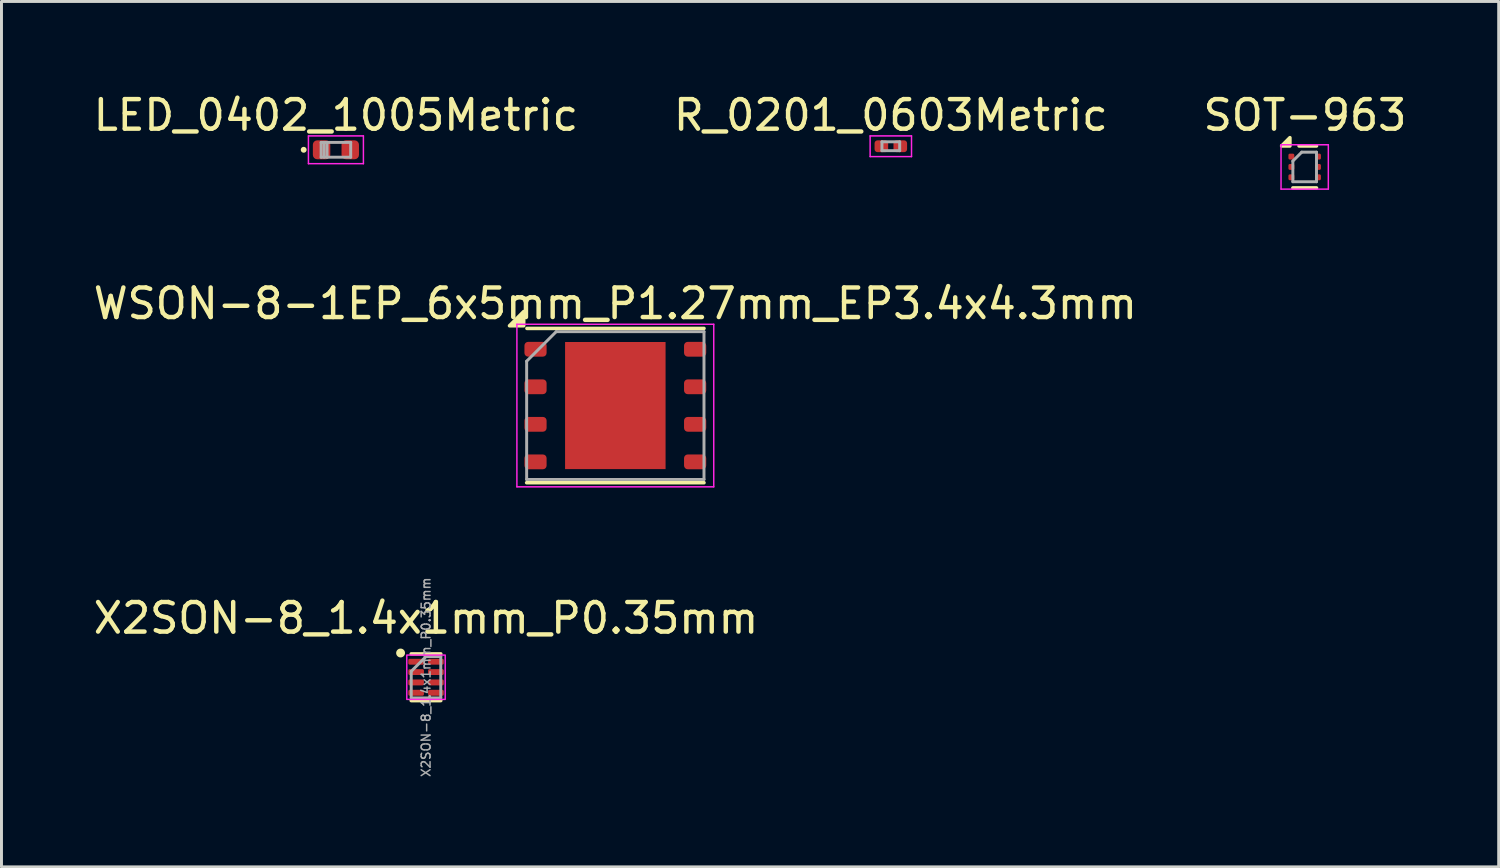
<source format=kicad_pcb>
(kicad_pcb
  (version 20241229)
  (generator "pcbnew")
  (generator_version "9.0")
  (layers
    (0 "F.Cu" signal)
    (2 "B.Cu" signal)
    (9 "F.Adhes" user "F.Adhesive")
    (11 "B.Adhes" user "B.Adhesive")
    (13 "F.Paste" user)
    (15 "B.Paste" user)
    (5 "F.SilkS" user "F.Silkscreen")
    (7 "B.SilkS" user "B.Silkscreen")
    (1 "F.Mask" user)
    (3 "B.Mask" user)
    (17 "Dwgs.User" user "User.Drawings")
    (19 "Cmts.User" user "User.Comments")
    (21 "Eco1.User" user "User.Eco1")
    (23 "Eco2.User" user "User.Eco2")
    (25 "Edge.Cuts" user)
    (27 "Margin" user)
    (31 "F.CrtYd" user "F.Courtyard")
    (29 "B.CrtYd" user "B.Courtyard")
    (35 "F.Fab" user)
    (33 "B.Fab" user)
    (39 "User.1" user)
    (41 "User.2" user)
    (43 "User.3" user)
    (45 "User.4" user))
  (footprint "LED_0402_1005Metric"
    (layer "F.Cu")
    (at 8.315 2.018)
    (property "Reference" "LED_0402_1005Metric" (at 0 -1.17 180) (layer "F.SilkS") (effects (font (size 1 1) (thickness 0.15))))
    (attr smd)
    (fp_circle (center -1.09 0) (end -1.04 0) (stroke (width 0.1) (type solid)) (fill no) (layer "F.SilkS"))
    (fp_line (start -0.93 -0.47) (end 0.93 -0.47) (stroke (width 0.05) (type solid)) (layer "F.CrtYd"))
    (fp_line (start -0.93 0.47) (end -0.93 -0.47) (stroke (width 0.05) (type solid)) (layer "F.CrtYd"))
    (fp_line (start 0.93 -0.47) (end 0.93 0.47) (stroke (width 0.05) (type solid)) (layer "F.CrtYd"))
    (fp_line (start 0.93 0.47) (end -0.93 0.47) (stroke (width 0.05) (type solid)) (layer "F.CrtYd"))
    (fp_line (start -0.5 -0.25) (end 0.5 -0.25) (stroke (width 0.1) (type solid)) (layer "F.Fab"))
    (fp_line (start -0.5 0.25) (end -0.5 -0.25) (stroke (width 0.1) (type solid)) (layer "F.Fab"))
    (fp_line (start -0.4 0.25) (end -0.4 -0.25) (stroke (width 0.1) (type solid)) (layer "F.Fab"))
    (fp_line (start -0.3 0.25) (end -0.3 -0.25) (stroke (width 0.1) (type solid)) (layer "F.Fab"))
    (fp_line (start 0.5 -0.25) (end 0.5 0.25) (stroke (width 0.1) (type solid)) (layer "F.Fab"))
    (fp_line (start 0.5 0.25) (end -0.5 0.25) (stroke (width 0.1) (type solid)) (layer "F.Fab"))
    (pad "1" smd roundrect (at -0.485 0) (size 0.59 0.64) (layers "F.Cu" "F.Mask" "F.Paste") (roundrect_rratio 0.25))
    (pad "2" smd roundrect (at 0.485 0) (size 0.59 0.64) (layers "F.Cu" "F.Mask" "F.Paste") (roundrect_rratio 0.25)))
  (footprint "R_0201_0603Metric"
    (layer "F.Cu")
    (at 27.089 1.898)
    (property "Reference" "R_0201_0603Metric" (at 0 -1.05 0) (layer "F.SilkS") (effects (font (size 1 1) (thickness 0.15))))
    (attr smd)
    (fp_line (start -0.7 -0.35) (end -0.7 0.35) (stroke (width 0.05) (type solid)) (layer "F.CrtYd"))
    (fp_line (start -0.7 0.35) (end 0.7 0.35) (stroke (width 0.05) (type solid)) (layer "F.CrtYd"))
    (fp_line (start 0.7 -0.35) (end -0.7 -0.35) (stroke (width 0.05) (type solid)) (layer "F.CrtYd"))
    (fp_line (start 0.7 0.35) (end 0.7 -0.35) (stroke (width 0.05) (type solid)) (layer "F.CrtYd"))
    (fp_line (start -0.3 -0.15) (end -0.3 0.15) (stroke (width 0.1) (type solid)) (layer "F.Fab"))
    (fp_line (start -0.3 0.15) (end 0.3 0.15) (stroke (width 0.1) (type solid)) (layer "F.Fab"))
    (fp_line (start 0.3 -0.15) (end -0.3 -0.15) (stroke (width 0.1) (type solid)) (layer "F.Fab"))
    (fp_line (start 0.3 0.15) (end 0.3 -0.15) (stroke (width 0.1) (type solid)) (layer "F.Fab"))
    (pad "" smd roundrect (at -0.345 0 180) (size 0.318 0.36) (layers "F.Paste") (roundrect_rratio 0.25))
    (pad "" smd roundrect (at 0.345 0 180) (size 0.318 0.36) (layers "F.Paste") (roundrect_rratio 0.25))
    (pad "1" smd roundrect (at -0.32 0 180) (size 0.46 0.4) (layers "F.Cu" "F.Mask") (roundrect_rratio 0.25))
    (pad "2" smd roundrect (at 0.32 0 180) (size 0.46 0.4) (layers "F.Cu" "F.Mask") (roundrect_rratio 0.25)))
  (footprint "SOT-963"
    (layer "F.Cu")
    (at 41.091 2.598)
    (property "Reference" "SOT-963" (at 0.01 -1.75 0) (layer "F.SilkS") (effects (font (size 1 1) (thickness 0.15))))
    (attr smd)
    (fp_line (start -0.4 0.71) (end 0.4 0.71) (stroke (width 0.12) (type solid)) (layer "F.SilkS"))
    (fp_line (start -0.19 -0.71) (end 0.4 -0.71) (stroke (width 0.12) (type solid)) (layer "F.SilkS"))
    (fp_poly (pts (xy -0.5 -0.71) (xy -0.78 -0.71) (xy -0.5 -0.99) (xy -0.5 -0.71)) (stroke (width 0.12) (type solid)) (fill yes) (layer "F.SilkS"))
    (fp_line (start -0.8 -0.75) (end -0.8 0.75) (stroke (width 0.05) (type solid)) (layer "F.CrtYd"))
    (fp_line (start -0.8 0.75) (end 0.8 0.75) (stroke (width 0.05) (type solid)) (layer "F.CrtYd"))
    (fp_line (start 0.8 -0.75) (end -0.8 -0.75) (stroke (width 0.05) (type solid)) (layer "F.CrtYd"))
    (fp_line (start 0.8 0.75) (end 0.8 -0.75) (stroke (width 0.05) (type solid)) (layer "F.CrtYd"))
    (fp_line (start -0.4 -0.2) (end -0.4 0.5) (stroke (width 0.1) (type solid)) (layer "F.Fab"))
    (fp_line (start -0.4 0.5) (end 0.4 0.5) (stroke (width 0.1) (type solid)) (layer "F.Fab"))
    (fp_line (start -0.1 -0.5) (end -0.4 -0.2) (stroke (width 0.1) (type solid)) (layer "F.Fab"))
    (fp_line (start 0.4 -0.5) (end -0.1 -0.5) (stroke (width 0.1) (type solid)) (layer "F.Fab"))
    (fp_line (start 0.4 0.5) (end 0.4 -0.5) (stroke (width 0.1) (type solid)) (layer "F.Fab"))
    (pad "1" smd roundrect (at -0.45 -0.35 180) (size 0.2 0.2) (layers "F.Cu" "F.Mask" "F.Paste") (roundrect_rratio 0.25))
    (pad "2" smd roundrect (at -0.45 0 180) (size 0.2 0.2) (layers "F.Cu" "F.Mask" "F.Paste") (roundrect_rratio 0.25))
    (pad "3" smd roundrect (at -0.45 0.35 180) (size 0.2 0.2) (layers "F.Cu" "F.Mask" "F.Paste") (roundrect_rratio 0.25))
    (pad "4" smd roundrect (at 0.45 0.35 180) (size 0.2 0.2) (layers "F.Cu" "F.Mask" "F.Paste") (roundrect_rratio 0.25))
    (pad "5" smd roundrect (at 0.45 0 180) (size 0.2 0.2) (layers "F.Cu" "F.Mask" "F.Paste") (roundrect_rratio 0.25))
    (pad "6" smd roundrect (at 0.45 -0.35 180) (size 0.2 0.2) (layers "F.Cu" "F.Mask" "F.Paste") (roundrect_rratio 0.25)))
  (footprint "WSON-8-1EP_6x5mm_P1.27mm_EP3.4x4.3mm"
    (layer "F.Cu")
    (at 17.768 10.671)
    (property "Reference" "WSON-8-1EP_6x5mm_P1.27mm_EP3.4x4.3mm" (at 0 -3.45 0) (layer "F.SilkS") (effects (font (size 1 1) (thickness 0.15))))
    (attr smd)
    (fp_line (start 3 -2.61) (end -2.99 -2.61) (stroke (width 0.12) (type solid)) (layer "F.SilkS"))
    (fp_line (start 3 2.61) (end -3 2.61) (stroke (width 0.12) (type solid)) (layer "F.SilkS"))
    (fp_poly (pts (xy -3.1 -2.7) (xy -3.58 -2.7) (xy -3.1 -3.18) (xy -3.1 -2.7)) (stroke (width 0.12) (type solid)) (fill yes) (layer "F.SilkS"))
    (fp_line (start -3.33 -2.75) (end 3.33 -2.75) (stroke (width 0.05) (type solid)) (layer "F.CrtYd"))
    (fp_line (start -3.33 2.75) (end -3.33 -2.75) (stroke (width 0.05) (type solid)) (layer "F.CrtYd"))
    (fp_line (start 3.33 -2.75) (end 3.33 2.75) (stroke (width 0.05) (type solid)) (layer "F.CrtYd"))
    (fp_line (start 3.33 2.75) (end -3.33 2.75) (stroke (width 0.05) (type solid)) (layer "F.CrtYd"))
    (fp_line (start -3 -1.5) (end -3 2.5) (stroke (width 0.1) (type solid)) (layer "F.Fab"))
    (fp_line (start -3 2.5) (end 3 2.5) (stroke (width 0.1) (type solid)) (layer "F.Fab"))
    (fp_line (start -2 -2.5) (end -3 -1.5) (stroke (width 0.1) (type solid)) (layer "F.Fab"))
    (fp_line (start 3 -2.5) (end -2 -2.5) (stroke (width 0.1) (type solid)) (layer "F.Fab"))
    (fp_line (start 3 2.5) (end 3 -2.5) (stroke (width 0.1) (type solid)) (layer "F.Fab"))
    (pad "" smd roundrect (at -0.85 -1.075 180) (size 1.37 1.73) (layers "F.Paste") (roundrect_rratio 0.182))
    (pad "" smd roundrect (at -0.85 1.075 180) (size 1.37 1.73) (layers "F.Paste") (roundrect_rratio 0.182))
    (pad "" smd roundrect (at 0.85 -1.075 180) (size 1.37 1.73) (layers "F.Paste") (roundrect_rratio 0.182))
    (pad "" smd roundrect (at 0.85 1.075 180) (size 1.37 1.73) (layers "F.Paste") (roundrect_rratio 0.182))
    (pad "1" smd roundrect (at -2.7 -1.905 180) (size 0.75 0.5) (layers "F.Cu" "F.Mask" "F.Paste") (roundrect_rratio 0.25))
    (pad "2" smd roundrect (at -2.7 -0.635 180) (size 0.75 0.5) (layers "F.Cu" "F.Mask" "F.Paste") (roundrect_rratio 0.25))
    (pad "3" smd roundrect (at -2.7 0.635 180) (size 0.75 0.5) (layers "F.Cu" "F.Mask" "F.Paste") (roundrect_rratio 0.25))
    (pad "4" smd roundrect (at -2.7 1.905 180) (size 0.75 0.5) (layers "F.Cu" "F.Mask" "F.Paste") (roundrect_rratio 0.25))
    (pad "5" smd roundrect (at 2.7 1.905 180) (size 0.75 0.5) (layers "F.Cu" "F.Mask" "F.Paste") (roundrect_rratio 0.25))
    (pad "6" smd roundrect (at 2.7 0.635 180) (size 0.75 0.5) (layers "F.Cu" "F.Mask" "F.Paste") (roundrect_rratio 0.25))
    (pad "7" smd roundrect (at 2.7 -0.635 180) (size 0.75 0.5) (layers "F.Cu" "F.Mask" "F.Paste") (roundrect_rratio 0.25))
    (pad "8" smd roundrect (at 2.7 -1.905 180) (size 0.75 0.5) (layers "F.Cu" "F.Mask" "F.Paste") (roundrect_rratio 0.25))
    (pad "9" smd rect (at 0 0 180) (size 3.4 4.3) (property pad_prop_heatsink) (layers "F.Cu" "F.Mask")))
  (footprint "X2SON-8_1.4x1mm_P0.35mm"
    (layer "F.Cu")
    (at 11.363 19.863)
    (property "Reference" "X2SON-8_1.4x1mm_P0.35mm" (at 0 -2 0) (layer "F.SilkS") (effects (font (size 1 1) (thickness 0.15))))
    (attr smd)
    (fp_line (start 0.5 -0.79) (end -0.5 -0.79) (stroke (width 0.12) (type solid)) (layer "F.SilkS"))
    (fp_line (start 0.5 0.79) (end -0.5 0.79) (stroke (width 0.12) (type solid)) (layer "F.SilkS"))
    (fp_circle (center -0.86 -0.82) (end -0.71 -0.82) (stroke (width 0) (type solid)) (fill yes) (layer "F.SilkS"))
    (fp_rect (start -0.65 -0.75) (end 0.65 0.75) (stroke (width 0.05) (type solid)) (fill no) (layer "F.CrtYd"))
    (fp_line (start -0.5 0.7) (end -0.5 -0.2) (stroke (width 0.1) (type solid)) (layer "F.Fab"))
    (fp_line (start 0 -0.7) (end -0.5 -0.2) (stroke (width 0.1) (type solid)) (layer "F.Fab"))
    (fp_line (start 0 -0.7) (end 0.5 -0.7) (stroke (width 0.1) (type solid)) (layer "F.Fab"))
    (fp_line (start 0.5 -0.7) (end 0.5 0.7) (stroke (width 0.1) (type solid)) (layer "F.Fab"))
    (fp_line (start 0.5 0.7) (end -0.5 0.7) (stroke (width 0.1) (type solid)) (layer "F.Fab"))
    (fp_text user "${REFERENCE}" (at 0 0 90) (layer "F.Fab") (effects (font (size 0.3 0.3) (thickness 0.05))))
    (pad "1" smd roundrect (at -0.335 -0.525 90) (size 0.2 0.53) (layers "F.Cu" "F.Mask" "F.Paste") (roundrect_rratio 0.25))
    (pad "2" smd roundrect (at -0.335 -0.175 90) (size 0.2 0.53) (layers "F.Cu" "F.Mask" "F.Paste") (roundrect_rratio 0.25))
    (pad "3" smd roundrect (at -0.335 0.175 90) (size 0.2 0.53) (layers "F.Cu" "F.Mask" "F.Paste") (roundrect_rratio 0.25))
    (pad "4" smd roundrect (at -0.335 0.525 90) (size 0.2 0.53) (layers "F.Cu" "F.Mask" "F.Paste") (roundrect_rratio 0.25))
    (pad "5" smd roundrect (at 0.335 0.525 90) (size 0.2 0.53) (layers "F.Cu" "F.Mask" "F.Paste") (roundrect_rratio 0.25))
    (pad "6" smd roundrect (at 0.335 0.175 90) (size 0.2 0.53) (layers "F.Cu" "F.Mask" "F.Paste") (roundrect_rratio 0.25))
    (pad "7" smd roundrect (at 0.335 -0.175 90) (size 0.2 0.53) (layers "F.Cu" "F.Mask" "F.Paste") (roundrect_rratio 0.25))
    (pad "8" smd roundrect (at 0.335 -0.525 90) (size 0.2 0.53) (layers "F.Cu" "F.Mask" "F.Paste") (roundrect_rratio 0.25)))
  (gr_rect
    (start -3 -3)
    (end 47.655 26.279)
    (stroke (width 0.1) (type default))
    (fill no)
    (layer "Edge.Cuts")))
</source>
